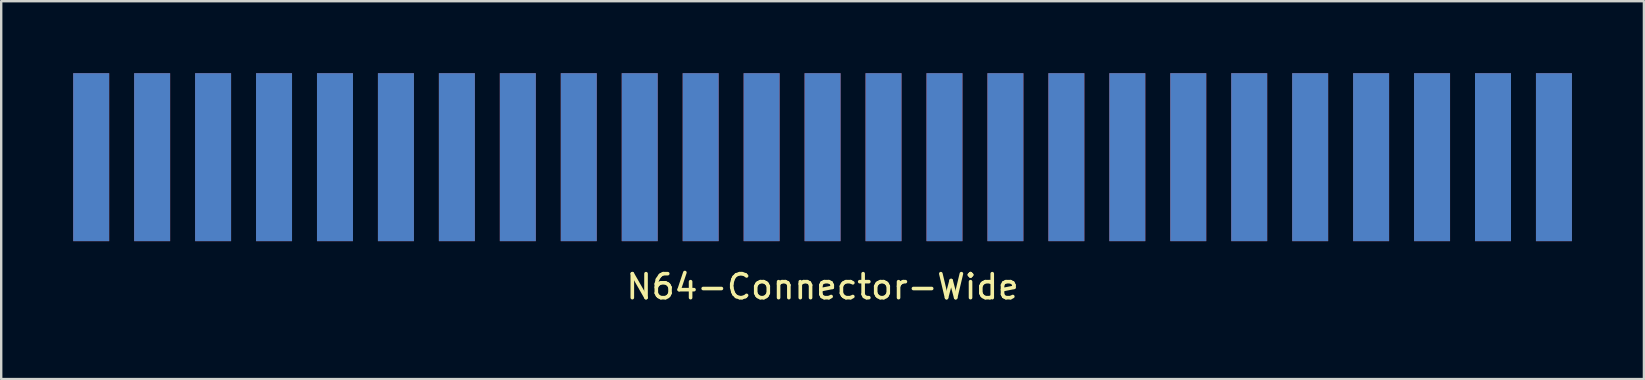
<source format=kicad_pcb>
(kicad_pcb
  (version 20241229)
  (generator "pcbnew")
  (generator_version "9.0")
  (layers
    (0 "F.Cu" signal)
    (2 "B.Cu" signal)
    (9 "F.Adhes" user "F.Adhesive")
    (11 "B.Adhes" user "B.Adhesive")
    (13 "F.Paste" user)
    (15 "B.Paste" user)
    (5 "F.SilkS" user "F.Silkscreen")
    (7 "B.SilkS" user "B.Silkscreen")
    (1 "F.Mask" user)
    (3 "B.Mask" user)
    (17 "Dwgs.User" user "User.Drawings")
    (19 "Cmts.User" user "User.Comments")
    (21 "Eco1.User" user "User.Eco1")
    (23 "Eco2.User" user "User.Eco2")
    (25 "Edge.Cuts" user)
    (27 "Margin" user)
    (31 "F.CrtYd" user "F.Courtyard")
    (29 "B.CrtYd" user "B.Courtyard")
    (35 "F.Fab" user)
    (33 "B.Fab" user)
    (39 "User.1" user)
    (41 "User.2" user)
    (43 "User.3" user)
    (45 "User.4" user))
  (footprint "N64-Connector-Wide"
    (layer "F.Cu")
    (at 31.23 3.5)
    (property "Reference" "N64-Connector-Wide" (at 0 5.4 0) (layer "F.SilkS") (effects (font (size 1 1) (thickness 0.15))))
    (attr through_hole)
    (pad "1" connect rect (at -30.48 0) (size 1.5 7) (layers "F.Cu" "F.Mask"))
    (pad "2" connect rect (at -27.94 0) (size 1.5 7) (layers "F.Cu" "F.Mask"))
    (pad "3" connect rect (at -25.4 0) (size 1.5 7) (layers "F.Cu" "F.Mask"))
    (pad "4" connect rect (at -22.86 0) (size 1.5 7) (layers "F.Cu" "F.Mask"))
    (pad "5" connect rect (at -20.32 0) (size 1.5 7) (layers "F.Cu" "F.Mask"))
    (pad "6" connect rect (at -17.78 0) (size 1.5 7) (layers "F.Cu" "F.Mask"))
    (pad "7" connect rect (at -15.24 0) (size 1.5 7) (layers "F.Cu" "F.Mask"))
    (pad "8" connect rect (at -12.7 0) (size 1.5 7) (layers "F.Cu" "F.Mask"))
    (pad "9" connect rect (at -10.16 0) (size 1.5 7) (layers "F.Cu" "F.Mask"))
    (pad "10" connect rect (at -7.62 0) (size 1.5 7) (layers "F.Cu" "F.Mask"))
    (pad "11" connect rect (at -5.08 0) (size 1.5 7) (layers "F.Cu" "F.Mask"))
    (pad "12" connect rect (at -2.54 0) (size 1.5 7) (layers "F.Cu" "F.Mask"))
    (pad "13" connect rect (at 0 0) (size 1.5 7) (layers "F.Cu" "F.Mask"))
    (pad "14" connect rect (at 2.54 0) (size 1.5 7) (layers "F.Cu" "F.Mask"))
    (pad "15" connect rect (at 5.08 0) (size 1.5 7) (layers "F.Cu" "F.Mask"))
    (pad "16" connect rect (at 7.62 0) (size 1.5 7) (layers "F.Cu" "F.Mask"))
    (pad "17" connect rect (at 10.16 0) (size 1.5 7) (layers "F.Cu" "F.Mask"))
    (pad "18" connect rect (at 12.7 0) (size 1.5 7) (layers "F.Cu" "F.Mask"))
    (pad "19" connect rect (at 15.24 0) (size 1.5 7) (layers "F.Cu" "F.Mask"))
    (pad "20" connect rect (at 17.78 0) (size 1.5 7) (layers "F.Cu" "F.Mask"))
    (pad "21" connect rect (at 20.32 0) (size 1.5 7) (layers "F.Cu" "F.Mask"))
    (pad "22" connect rect (at 22.86 0) (size 1.5 7) (layers "F.Cu" "F.Mask"))
    (pad "23" connect rect (at 25.4 0) (size 1.5 7) (layers "F.Cu" "F.Mask"))
    (pad "24" connect rect (at 27.94 0) (size 1.5 7) (layers "F.Cu" "F.Mask"))
    (pad "25" connect rect (at 30.48 0) (size 1.5 7) (layers "F.Cu" "F.Mask"))
    (pad "26" connect rect (at -30.48 0) (size 1.5 7) (layers "B.Cu" "B.Mask"))
    (pad "27" connect rect (at -27.94 0) (size 1.5 7) (layers "B.Cu" "B.Mask"))
    (pad "28" connect rect (at -25.4 0) (size 1.5 7) (layers "B.Cu" "B.Mask"))
    (pad "29" connect rect (at -22.86 0) (size 1.5 7) (layers "B.Cu" "B.Mask"))
    (pad "30" connect rect (at -20.32 0) (size 1.5 7) (layers "B.Cu" "B.Mask"))
    (pad "31" connect rect (at -17.78 0) (size 1.5 7) (layers "B.Cu" "B.Mask"))
    (pad "32" connect rect (at -15.24 0) (size 1.5 7) (layers "B.Cu" "B.Mask"))
    (pad "33" connect rect (at -12.7 0) (size 1.5 7) (layers "B.Cu" "B.Mask"))
    (pad "34" connect rect (at -10.16 0) (size 1.5 7) (layers "B.Cu" "B.Mask"))
    (pad "35" connect rect (at -7.62 0) (size 1.5 7) (layers "B.Cu" "B.Mask"))
    (pad "36" connect rect (at -5.08 0) (size 1.5 7) (layers "B.Cu" "B.Mask"))
    (pad "37" connect rect (at -2.54 0) (size 1.5 7) (layers "B.Cu" "B.Mask"))
    (pad "38" connect rect (at 0 0) (size 1.5 7) (layers "B.Cu" "B.Mask"))
    (pad "39" connect rect (at 2.54 0) (size 1.5 7) (layers "B.Cu" "B.Mask"))
    (pad "40" connect rect (at 5.08 0) (size 1.5 7) (layers "B.Cu" "B.Mask"))
    (pad "41" connect rect (at 7.62 0) (size 1.5 7) (layers "B.Cu" "B.Mask"))
    (pad "42" connect rect (at 10.16 0) (size 1.5 7) (layers "B.Cu" "B.Mask"))
    (pad "43" connect rect (at 12.7 0) (size 1.5 7) (layers "B.Cu" "B.Mask"))
    (pad "44" connect rect (at 15.24 0) (size 1.5 7) (layers "B.Cu" "B.Mask"))
    (pad "45" connect rect (at 17.78 0) (size 1.5 7) (layers "B.Cu" "B.Mask"))
    (pad "46" connect rect (at 20.32 0) (size 1.5 7) (layers "B.Cu" "B.Mask"))
    (pad "47" connect rect (at 22.86 0) (size 1.5 7) (layers "B.Cu" "B.Mask"))
    (pad "48" connect rect (at 25.4 0) (size 1.5 7) (layers "B.Cu" "B.Mask"))
    (pad "49" connect rect (at 27.94 0) (size 1.5 7) (layers "B.Cu" "B.Mask"))
    (pad "50" connect rect (at 30.48 0) (size 1.5 7) (layers "B.Cu" "B.Mask")))
  (gr_rect
    (start -3 -3)
    (end 65.46 12.748)
    (stroke (width 0.1) (type default))
    (fill no)
    (layer "Edge.Cuts")))
</source>
